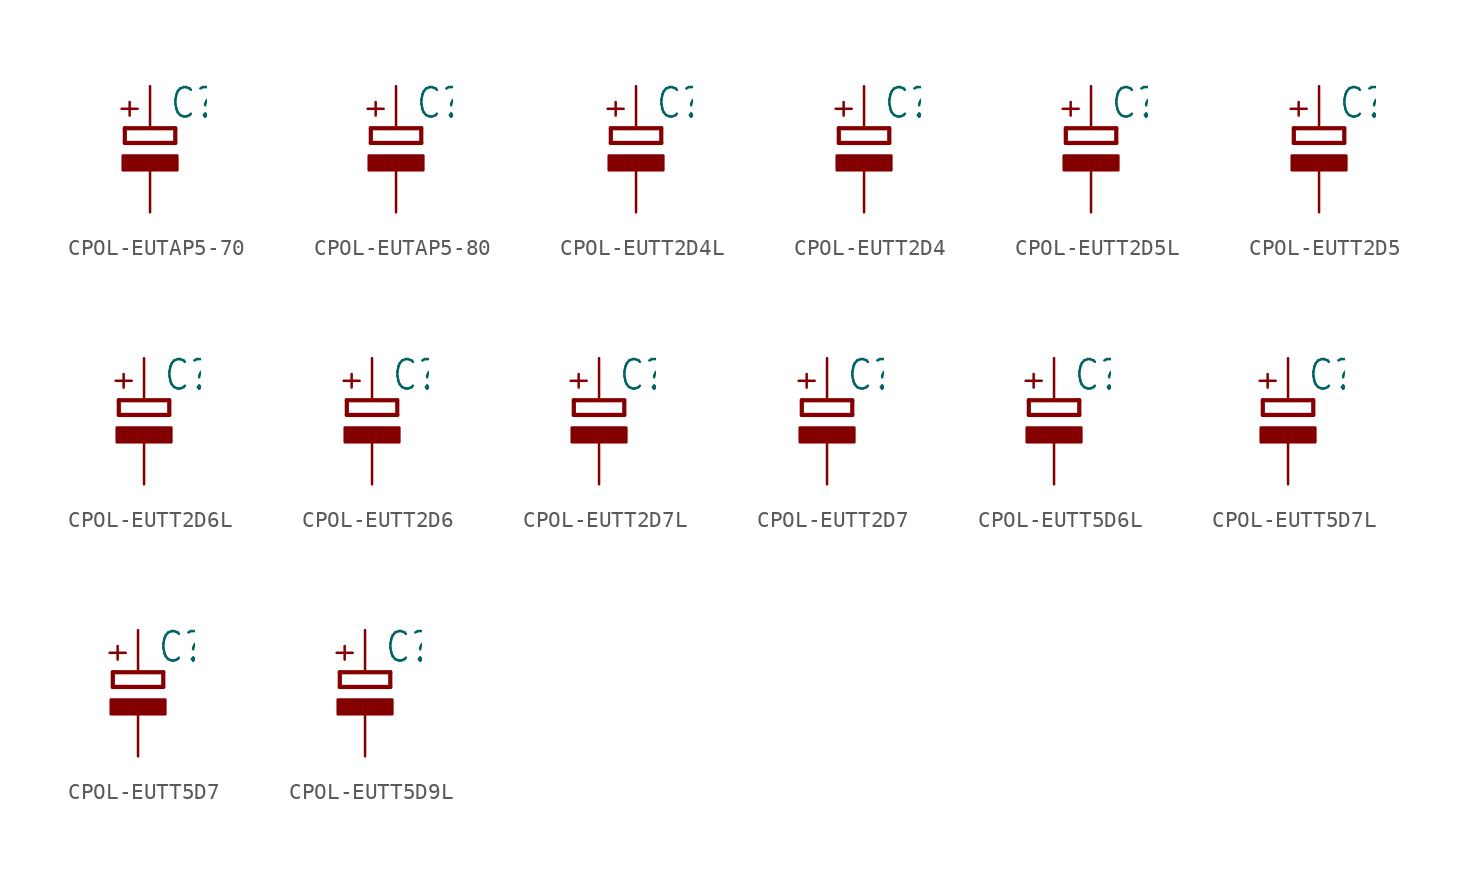
<source format=kicad_sym>
(kicad_symbol_lib
  (version 20241209)
  (generator "kicad_symbol_editor")
  (generator_version "9.0")
  (symbol "CPOL-EUTAP5-70"
    (property "Reference" "C"
      (at 1.143 0.483 0)
      (effects (font (size 1.778 1.511)) (justify left bottom)))
    (property "Value" ""
      (at 1.143 -4.597 0)
      (effects (font (size 1.778 1.511)) (justify left bottom)))
    (property "ki_locked" ""
      (at 0 0 0)
      (effects (font (size 1.27 1.27))))
    (symbol "CPOL-EUTAP5-70_1_0"
      (rectangle (start -1.651 -2.54) (end 1.651 -1.651) (stroke (width 0) (type default)) (fill (type outline)))
      (polyline (pts (xy -1.524 0) (xy -1.524 -0.889)) (stroke (width 0.254) (type solid)) (fill (type none)))
      (polyline (pts (xy -1.524 0) (xy 1.524 0)) (stroke (width 0.254) (type solid)) (fill (type none)))
      (polyline (pts (xy -1.524 -0.889) (xy 1.524 -0.889)) (stroke (width 0.254) (type solid)) (fill (type none)))
      (polyline (pts (xy 1.524 -0.889) (xy 1.524 0)) (stroke (width 0.254) (type solid)) (fill (type none)))
      (text "+" (at -0.584 0.406 900) (effects (font (size 1.27 1.079)) (justify left bottom)))
      (pin passive line (at 0 2.54 270) (length 2.54) (name "+" (effects (font (size 0 0)))) (number "+" (effects (font (size 0 0)))))
      (pin passive line (at 0 -5.08 90) (length 2.54) (name "-" (effects (font (size 0 0)))) (number "-" (effects (font (size 0 0)))))))
  (symbol "CPOL-EUTAP5-80"
    (property "Reference" "C"
      (at 1.143 0.483 0)
      (effects (font (size 1.778 1.511)) (justify left bottom)))
    (property "Value" ""
      (at 1.143 -4.597 0)
      (effects (font (size 1.778 1.511)) (justify left bottom)))
    (property "ki_locked" ""
      (at 0 0 0)
      (effects (font (size 1.27 1.27))))
    (symbol "CPOL-EUTAP5-80_1_0"
      (rectangle (start -1.651 -2.54) (end 1.651 -1.651) (stroke (width 0) (type default)) (fill (type outline)))
      (polyline (pts (xy -1.524 0) (xy -1.524 -0.889)) (stroke (width 0.254) (type solid)) (fill (type none)))
      (polyline (pts (xy -1.524 0) (xy 1.524 0)) (stroke (width 0.254) (type solid)) (fill (type none)))
      (polyline (pts (xy -1.524 -0.889) (xy 1.524 -0.889)) (stroke (width 0.254) (type solid)) (fill (type none)))
      (polyline (pts (xy 1.524 -0.889) (xy 1.524 0)) (stroke (width 0.254) (type solid)) (fill (type none)))
      (text "+" (at -0.584 0.406 900) (effects (font (size 1.27 1.079)) (justify left bottom)))
      (pin passive line (at 0 2.54 270) (length 2.54) (name "+" (effects (font (size 0 0)))) (number "+" (effects (font (size 0 0)))))
      (pin passive line (at 0 -5.08 90) (length 2.54) (name "-" (effects (font (size 0 0)))) (number "-" (effects (font (size 0 0)))))))
  (symbol "CPOL-EUTT2D4L"
    (property "Reference" "C"
      (at 1.143 0.483 0)
      (effects (font (size 1.778 1.511)) (justify left bottom)))
    (property "Value" ""
      (at 1.143 -4.597 0)
      (effects (font (size 1.778 1.511)) (justify left bottom)))
    (property "ki_locked" ""
      (at 0 0 0)
      (effects (font (size 1.27 1.27))))
    (symbol "CPOL-EUTT2D4L_1_0"
      (rectangle (start -1.651 -2.54) (end 1.651 -1.651) (stroke (width 0) (type default)) (fill (type outline)))
      (polyline (pts (xy -1.524 0) (xy -1.524 -0.889)) (stroke (width 0.254) (type solid)) (fill (type none)))
      (polyline (pts (xy -1.524 0) (xy 1.524 0)) (stroke (width 0.254) (type solid)) (fill (type none)))
      (polyline (pts (xy -1.524 -0.889) (xy 1.524 -0.889)) (stroke (width 0.254) (type solid)) (fill (type none)))
      (polyline (pts (xy 1.524 -0.889) (xy 1.524 0)) (stroke (width 0.254) (type solid)) (fill (type none)))
      (text "+" (at -0.584 0.406 900) (effects (font (size 1.27 1.079)) (justify left bottom)))
      (pin passive line (at 0 2.54 270) (length 2.54) (name "+" (effects (font (size 0 0)))) (number "+" (effects (font (size 0 0)))))
      (pin passive line (at 0 -5.08 90) (length 2.54) (name "-" (effects (font (size 0 0)))) (number "-" (effects (font (size 0 0)))))))
  (symbol "CPOL-EUTT2D4"
    (property "Reference" "C"
      (at 1.143 0.483 0)
      (effects (font (size 1.778 1.511)) (justify left bottom)))
    (property "Value" ""
      (at 1.143 -4.597 0)
      (effects (font (size 1.778 1.511)) (justify left bottom)))
    (property "ki_locked" ""
      (at 0 0 0)
      (effects (font (size 1.27 1.27))))
    (symbol "CPOL-EUTT2D4_1_0"
      (rectangle (start -1.651 -2.54) (end 1.651 -1.651) (stroke (width 0) (type default)) (fill (type outline)))
      (polyline (pts (xy -1.524 0) (xy -1.524 -0.889)) (stroke (width 0.254) (type solid)) (fill (type none)))
      (polyline (pts (xy -1.524 0) (xy 1.524 0)) (stroke (width 0.254) (type solid)) (fill (type none)))
      (polyline (pts (xy -1.524 -0.889) (xy 1.524 -0.889)) (stroke (width 0.254) (type solid)) (fill (type none)))
      (polyline (pts (xy 1.524 -0.889) (xy 1.524 0)) (stroke (width 0.254) (type solid)) (fill (type none)))
      (text "+" (at -0.584 0.406 900) (effects (font (size 1.27 1.079)) (justify left bottom)))
      (pin passive line (at 0 2.54 270) (length 2.54) (name "+" (effects (font (size 0 0)))) (number "+" (effects (font (size 0 0)))))
      (pin passive line (at 0 -5.08 90) (length 2.54) (name "-" (effects (font (size 0 0)))) (number "-" (effects (font (size 0 0)))))))
  (symbol "CPOL-EUTT2D5L"
    (property "Reference" "C"
      (at 1.143 0.483 0)
      (effects (font (size 1.778 1.511)) (justify left bottom)))
    (property "Value" ""
      (at 1.143 -4.597 0)
      (effects (font (size 1.778 1.511)) (justify left bottom)))
    (property "ki_locked" ""
      (at 0 0 0)
      (effects (font (size 1.27 1.27))))
    (symbol "CPOL-EUTT2D5L_1_0"
      (rectangle (start -1.651 -2.54) (end 1.651 -1.651) (stroke (width 0) (type default)) (fill (type outline)))
      (polyline (pts (xy -1.524 0) (xy -1.524 -0.889)) (stroke (width 0.254) (type solid)) (fill (type none)))
      (polyline (pts (xy -1.524 0) (xy 1.524 0)) (stroke (width 0.254) (type solid)) (fill (type none)))
      (polyline (pts (xy -1.524 -0.889) (xy 1.524 -0.889)) (stroke (width 0.254) (type solid)) (fill (type none)))
      (polyline (pts (xy 1.524 -0.889) (xy 1.524 0)) (stroke (width 0.254) (type solid)) (fill (type none)))
      (text "+" (at -0.584 0.406 900) (effects (font (size 1.27 1.079)) (justify left bottom)))
      (pin passive line (at 0 2.54 270) (length 2.54) (name "+" (effects (font (size 0 0)))) (number "+" (effects (font (size 0 0)))))
      (pin passive line (at 0 -5.08 90) (length 2.54) (name "-" (effects (font (size 0 0)))) (number "-" (effects (font (size 0 0)))))))
  (symbol "CPOL-EUTT2D5"
    (property "Reference" "C"
      (at 1.143 0.483 0)
      (effects (font (size 1.778 1.511)) (justify left bottom)))
    (property "Value" ""
      (at 1.143 -4.597 0)
      (effects (font (size 1.778 1.511)) (justify left bottom)))
    (property "ki_locked" ""
      (at 0 0 0)
      (effects (font (size 1.27 1.27))))
    (symbol "CPOL-EUTT2D5_1_0"
      (rectangle (start -1.651 -2.54) (end 1.651 -1.651) (stroke (width 0) (type default)) (fill (type outline)))
      (polyline (pts (xy -1.524 0) (xy -1.524 -0.889)) (stroke (width 0.254) (type solid)) (fill (type none)))
      (polyline (pts (xy -1.524 0) (xy 1.524 0)) (stroke (width 0.254) (type solid)) (fill (type none)))
      (polyline (pts (xy -1.524 -0.889) (xy 1.524 -0.889)) (stroke (width 0.254) (type solid)) (fill (type none)))
      (polyline (pts (xy 1.524 -0.889) (xy 1.524 0)) (stroke (width 0.254) (type solid)) (fill (type none)))
      (text "+" (at -0.584 0.406 900) (effects (font (size 1.27 1.079)) (justify left bottom)))
      (pin passive line (at 0 2.54 270) (length 2.54) (name "+" (effects (font (size 0 0)))) (number "+" (effects (font (size 0 0)))))
      (pin passive line (at 0 -5.08 90) (length 2.54) (name "-" (effects (font (size 0 0)))) (number "-" (effects (font (size 0 0)))))))
  (symbol "CPOL-EUTT2D6L"
    (property "Reference" "C"
      (at 1.143 0.483 0)
      (effects (font (size 1.778 1.511)) (justify left bottom)))
    (property "Value" ""
      (at 1.143 -4.597 0)
      (effects (font (size 1.778 1.511)) (justify left bottom)))
    (property "ki_locked" ""
      (at 0 0 0)
      (effects (font (size 1.27 1.27))))
    (symbol "CPOL-EUTT2D6L_1_0"
      (rectangle (start -1.651 -2.54) (end 1.651 -1.651) (stroke (width 0) (type default)) (fill (type outline)))
      (polyline (pts (xy -1.524 0) (xy -1.524 -0.889)) (stroke (width 0.254) (type solid)) (fill (type none)))
      (polyline (pts (xy -1.524 0) (xy 1.524 0)) (stroke (width 0.254) (type solid)) (fill (type none)))
      (polyline (pts (xy -1.524 -0.889) (xy 1.524 -0.889)) (stroke (width 0.254) (type solid)) (fill (type none)))
      (polyline (pts (xy 1.524 -0.889) (xy 1.524 0)) (stroke (width 0.254) (type solid)) (fill (type none)))
      (text "+" (at -0.584 0.406 900) (effects (font (size 1.27 1.079)) (justify left bottom)))
      (pin passive line (at 0 2.54 270) (length 2.54) (name "+" (effects (font (size 0 0)))) (number "+" (effects (font (size 0 0)))))
      (pin passive line (at 0 -5.08 90) (length 2.54) (name "-" (effects (font (size 0 0)))) (number "-" (effects (font (size 0 0)))))))
  (symbol "CPOL-EUTT2D6"
    (property "Reference" "C"
      (at 1.143 0.483 0)
      (effects (font (size 1.778 1.511)) (justify left bottom)))
    (property "Value" ""
      (at 1.143 -4.597 0)
      (effects (font (size 1.778 1.511)) (justify left bottom)))
    (property "ki_locked" ""
      (at 0 0 0)
      (effects (font (size 1.27 1.27))))
    (symbol "CPOL-EUTT2D6_1_0"
      (rectangle (start -1.651 -2.54) (end 1.651 -1.651) (stroke (width 0) (type default)) (fill (type outline)))
      (polyline (pts (xy -1.524 0) (xy -1.524 -0.889)) (stroke (width 0.254) (type solid)) (fill (type none)))
      (polyline (pts (xy -1.524 0) (xy 1.524 0)) (stroke (width 0.254) (type solid)) (fill (type none)))
      (polyline (pts (xy -1.524 -0.889) (xy 1.524 -0.889)) (stroke (width 0.254) (type solid)) (fill (type none)))
      (polyline (pts (xy 1.524 -0.889) (xy 1.524 0)) (stroke (width 0.254) (type solid)) (fill (type none)))
      (text "+" (at -0.584 0.406 900) (effects (font (size 1.27 1.079)) (justify left bottom)))
      (pin passive line (at 0 2.54 270) (length 2.54) (name "+" (effects (font (size 0 0)))) (number "+" (effects (font (size 0 0)))))
      (pin passive line (at 0 -5.08 90) (length 2.54) (name "-" (effects (font (size 0 0)))) (number "-" (effects (font (size 0 0)))))))
  (symbol "CPOL-EUTT2D7L"
    (property "Reference" "C"
      (at 1.143 0.483 0)
      (effects (font (size 1.778 1.511)) (justify left bottom)))
    (property "Value" ""
      (at 1.143 -4.597 0)
      (effects (font (size 1.778 1.511)) (justify left bottom)))
    (property "ki_locked" ""
      (at 0 0 0)
      (effects (font (size 1.27 1.27))))
    (symbol "CPOL-EUTT2D7L_1_0"
      (rectangle (start -1.651 -2.54) (end 1.651 -1.651) (stroke (width 0) (type default)) (fill (type outline)))
      (polyline (pts (xy -1.524 0) (xy -1.524 -0.889)) (stroke (width 0.254) (type solid)) (fill (type none)))
      (polyline (pts (xy -1.524 0) (xy 1.524 0)) (stroke (width 0.254) (type solid)) (fill (type none)))
      (polyline (pts (xy -1.524 -0.889) (xy 1.524 -0.889)) (stroke (width 0.254) (type solid)) (fill (type none)))
      (polyline (pts (xy 1.524 -0.889) (xy 1.524 0)) (stroke (width 0.254) (type solid)) (fill (type none)))
      (text "+" (at -0.584 0.406 900) (effects (font (size 1.27 1.079)) (justify left bottom)))
      (pin passive line (at 0 2.54 270) (length 2.54) (name "+" (effects (font (size 0 0)))) (number "+" (effects (font (size 0 0)))))
      (pin passive line (at 0 -5.08 90) (length 2.54) (name "-" (effects (font (size 0 0)))) (number "-" (effects (font (size 0 0)))))))
  (symbol "CPOL-EUTT2D7"
    (property "Reference" "C"
      (at 1.143 0.483 0)
      (effects (font (size 1.778 1.511)) (justify left bottom)))
    (property "Value" ""
      (at 1.143 -4.597 0)
      (effects (font (size 1.778 1.511)) (justify left bottom)))
    (property "ki_locked" ""
      (at 0 0 0)
      (effects (font (size 1.27 1.27))))
    (symbol "CPOL-EUTT2D7_1_0"
      (rectangle (start -1.651 -2.54) (end 1.651 -1.651) (stroke (width 0) (type default)) (fill (type outline)))
      (polyline (pts (xy -1.524 0) (xy -1.524 -0.889)) (stroke (width 0.254) (type solid)) (fill (type none)))
      (polyline (pts (xy -1.524 0) (xy 1.524 0)) (stroke (width 0.254) (type solid)) (fill (type none)))
      (polyline (pts (xy -1.524 -0.889) (xy 1.524 -0.889)) (stroke (width 0.254) (type solid)) (fill (type none)))
      (polyline (pts (xy 1.524 -0.889) (xy 1.524 0)) (stroke (width 0.254) (type solid)) (fill (type none)))
      (text "+" (at -0.584 0.406 900) (effects (font (size 1.27 1.079)) (justify left bottom)))
      (pin passive line (at 0 2.54 270) (length 2.54) (name "+" (effects (font (size 0 0)))) (number "+" (effects (font (size 0 0)))))
      (pin passive line (at 0 -5.08 90) (length 2.54) (name "-" (effects (font (size 0 0)))) (number "-" (effects (font (size 0 0)))))))
  (symbol "CPOL-EUTT5D6L"
    (property "Reference" "C"
      (at 1.143 0.483 0)
      (effects (font (size 1.778 1.511)) (justify left bottom)))
    (property "Value" ""
      (at 1.143 -4.597 0)
      (effects (font (size 1.778 1.511)) (justify left bottom)))
    (property "ki_locked" ""
      (at 0 0 0)
      (effects (font (size 1.27 1.27))))
    (symbol "CPOL-EUTT5D6L_1_0"
      (rectangle (start -1.651 -2.54) (end 1.651 -1.651) (stroke (width 0) (type default)) (fill (type outline)))
      (polyline (pts (xy -1.524 0) (xy -1.524 -0.889)) (stroke (width 0.254) (type solid)) (fill (type none)))
      (polyline (pts (xy -1.524 0) (xy 1.524 0)) (stroke (width 0.254) (type solid)) (fill (type none)))
      (polyline (pts (xy -1.524 -0.889) (xy 1.524 -0.889)) (stroke (width 0.254) (type solid)) (fill (type none)))
      (polyline (pts (xy 1.524 -0.889) (xy 1.524 0)) (stroke (width 0.254) (type solid)) (fill (type none)))
      (text "+" (at -0.584 0.406 900) (effects (font (size 1.27 1.079)) (justify left bottom)))
      (pin passive line (at 0 2.54 270) (length 2.54) (name "+" (effects (font (size 0 0)))) (number "+" (effects (font (size 0 0)))))
      (pin passive line (at 0 -5.08 90) (length 2.54) (name "-" (effects (font (size 0 0)))) (number "-" (effects (font (size 0 0)))))))
  (symbol "CPOL-EUTT5D7L"
    (property "Reference" "C"
      (at 1.143 0.483 0)
      (effects (font (size 1.778 1.511)) (justify left bottom)))
    (property "Value" ""
      (at 1.143 -4.597 0)
      (effects (font (size 1.778 1.511)) (justify left bottom)))
    (property "ki_locked" ""
      (at 0 0 0)
      (effects (font (size 1.27 1.27))))
    (symbol "CPOL-EUTT5D7L_1_0"
      (rectangle (start -1.651 -2.54) (end 1.651 -1.651) (stroke (width 0) (type default)) (fill (type outline)))
      (polyline (pts (xy -1.524 0) (xy -1.524 -0.889)) (stroke (width 0.254) (type solid)) (fill (type none)))
      (polyline (pts (xy -1.524 0) (xy 1.524 0)) (stroke (width 0.254) (type solid)) (fill (type none)))
      (polyline (pts (xy -1.524 -0.889) (xy 1.524 -0.889)) (stroke (width 0.254) (type solid)) (fill (type none)))
      (polyline (pts (xy 1.524 -0.889) (xy 1.524 0)) (stroke (width 0.254) (type solid)) (fill (type none)))
      (text "+" (at -0.584 0.406 900) (effects (font (size 1.27 1.079)) (justify left bottom)))
      (pin passive line (at 0 2.54 270) (length 2.54) (name "+" (effects (font (size 0 0)))) (number "+" (effects (font (size 0 0)))))
      (pin passive line (at 0 -5.08 90) (length 2.54) (name "-" (effects (font (size 0 0)))) (number "-" (effects (font (size 0 0)))))))
  (symbol "CPOL-EUTT5D7"
    (property "Reference" "C"
      (at 1.143 0.483 0)
      (effects (font (size 1.778 1.511)) (justify left bottom)))
    (property "Value" ""
      (at 1.143 -4.597 0)
      (effects (font (size 1.778 1.511)) (justify left bottom)))
    (property "ki_locked" ""
      (at 0 0 0)
      (effects (font (size 1.27 1.27))))
    (symbol "CPOL-EUTT5D7_1_0"
      (rectangle (start -1.651 -2.54) (end 1.651 -1.651) (stroke (width 0) (type default)) (fill (type outline)))
      (polyline (pts (xy -1.524 0) (xy -1.524 -0.889)) (stroke (width 0.254) (type solid)) (fill (type none)))
      (polyline (pts (xy -1.524 0) (xy 1.524 0)) (stroke (width 0.254) (type solid)) (fill (type none)))
      (polyline (pts (xy -1.524 -0.889) (xy 1.524 -0.889)) (stroke (width 0.254) (type solid)) (fill (type none)))
      (polyline (pts (xy 1.524 -0.889) (xy 1.524 0)) (stroke (width 0.254) (type solid)) (fill (type none)))
      (text "+" (at -0.584 0.406 900) (effects (font (size 1.27 1.079)) (justify left bottom)))
      (pin passive line (at 0 2.54 270) (length 2.54) (name "+" (effects (font (size 0 0)))) (number "+" (effects (font (size 0 0)))))
      (pin passive line (at 0 -5.08 90) (length 2.54) (name "-" (effects (font (size 0 0)))) (number "-" (effects (font (size 0 0)))))))
  (symbol "CPOL-EUTT5D9L"
    (property "Reference" "C"
      (at 1.143 0.483 0)
      (effects (font (size 1.778 1.511)) (justify left bottom)))
    (property "Value" ""
      (at 1.143 -4.597 0)
      (effects (font (size 1.778 1.511)) (justify left bottom)))
    (property "ki_locked" ""
      (at 0 0 0)
      (effects (font (size 1.27 1.27))))
    (symbol "CPOL-EUTT5D9L_1_0"
      (rectangle (start -1.651 -2.54) (end 1.651 -1.651) (stroke (width 0) (type default)) (fill (type outline)))
      (polyline (pts (xy -1.524 0) (xy -1.524 -0.889)) (stroke (width 0.254) (type solid)) (fill (type none)))
      (polyline (pts (xy -1.524 0) (xy 1.524 0)) (stroke (width 0.254) (type solid)) (fill (type none)))
      (polyline (pts (xy -1.524 -0.889) (xy 1.524 -0.889)) (stroke (width 0.254) (type solid)) (fill (type none)))
      (polyline (pts (xy 1.524 -0.889) (xy 1.524 0)) (stroke (width 0.254) (type solid)) (fill (type none)))
      (text "+" (at -0.584 0.406 900) (effects (font (size 1.27 1.079)) (justify left bottom)))
      (pin passive line (at 0 2.54 270) (length 2.54) (name "+" (effects (font (size 0 0)))) (number "+" (effects (font (size 0 0)))))
      (pin passive line (at 0 -5.08 90) (length 2.54) (name "-" (effects (font (size 0 0)))) (number "-" (effects (font (size 0 0))))))))
</source>
